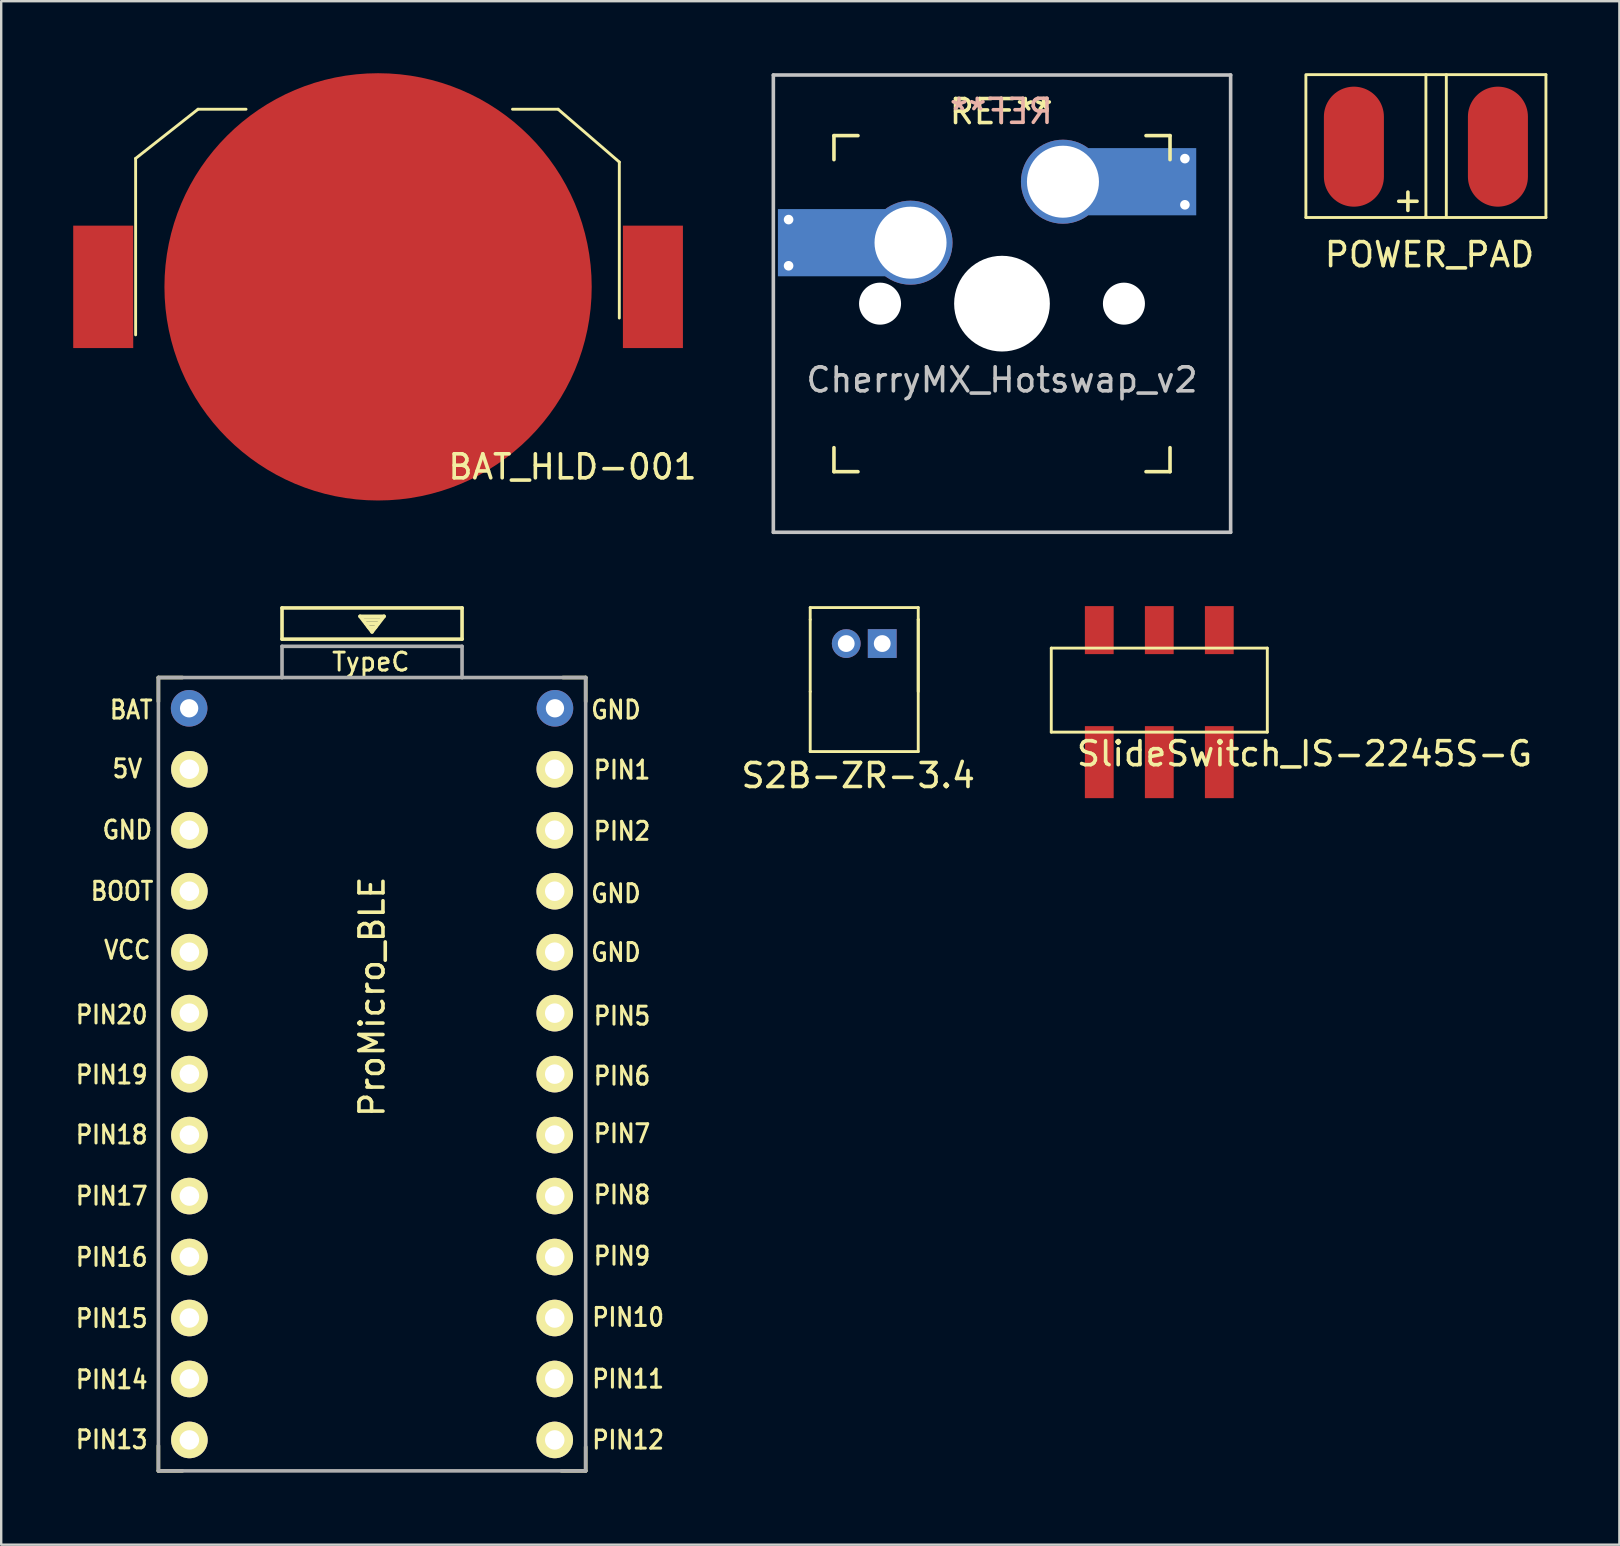
<source format=kicad_pcb>
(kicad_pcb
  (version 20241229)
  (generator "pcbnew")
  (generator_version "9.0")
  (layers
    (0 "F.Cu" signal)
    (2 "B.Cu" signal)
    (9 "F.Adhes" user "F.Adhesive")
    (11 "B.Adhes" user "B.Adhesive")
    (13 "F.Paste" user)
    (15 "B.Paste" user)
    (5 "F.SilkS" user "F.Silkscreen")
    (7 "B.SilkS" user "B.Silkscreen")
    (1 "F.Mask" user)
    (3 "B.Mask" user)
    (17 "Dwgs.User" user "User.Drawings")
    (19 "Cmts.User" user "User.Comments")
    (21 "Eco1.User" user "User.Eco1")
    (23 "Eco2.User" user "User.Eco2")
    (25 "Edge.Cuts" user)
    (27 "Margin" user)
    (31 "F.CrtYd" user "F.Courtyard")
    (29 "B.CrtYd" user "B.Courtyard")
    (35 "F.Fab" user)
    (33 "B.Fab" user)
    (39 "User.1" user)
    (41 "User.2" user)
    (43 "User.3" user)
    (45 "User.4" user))
  (footprint "ProMicro_BLE"
    (layer "F.Cu")
    (at 12.449 43.475)
    (property "Reference" "ProMicro_BLE" (at 0 -5 270) (layer "F.SilkS") (effects (font (size 1 1) (thickness 0.15))))
    (attr through_hole)
    (fp_line (start -8.9 -18.3) (end -8.9 -17.3) (stroke (width 0.15) (type solid)) (layer "F.SilkS"))
    (fp_line (start -8.9 -18.3) (end -7.9 -18.3) (stroke (width 0.15) (type solid)) (layer "F.SilkS"))
    (fp_line (start -8.9 13.7) (end -8.9 14.75) (stroke (width 0.15) (type solid)) (layer "F.SilkS"))
    (fp_line (start -8.9 14.75) (end -7.9 14.75) (stroke (width 0.15) (type solid)) (layer "F.SilkS"))
    (fp_line (start -3.75 -21.2) (end -3.75 -19.9) (stroke (width 0.15) (type solid)) (layer "F.SilkS"))
    (fp_line (start -3.75 -19.9) (end 3.75 -19.9) (stroke (width 0.15) (type solid)) (layer "F.SilkS"))
    (fp_line (start -0.5 -20.85) (end 0.5 -20.85) (stroke (width 0.15) (type solid)) (layer "F.SilkS"))
    (fp_line (start -0.35 -20.7) (end 0.35 -20.7) (stroke (width 0.15) (type solid)) (layer "F.SilkS"))
    (fp_line (start -0.25 -20.55) (end 0.25 -20.55) (stroke (width 0.15) (type solid)) (layer "F.SilkS"))
    (fp_line (start -0.15 -20.4) (end 0.15 -20.4) (stroke (width 0.15) (type solid)) (layer "F.SilkS"))
    (fp_line (start 0 -20.2) (end -0.5 -20.85) (stroke (width 0.15) (type solid)) (layer "F.SilkS"))
    (fp_line (start 0.5 -20.85) (end 0 -20.2) (stroke (width 0.15) (type solid)) (layer "F.SilkS"))
    (fp_line (start 3.75 -21.2) (end -3.75 -21.2) (stroke (width 0.15) (type solid)) (layer "F.SilkS"))
    (fp_line (start 3.75 -19.9) (end 3.75 -21.2) (stroke (width 0.15) (type solid)) (layer "F.SilkS"))
    (fp_line (start 8.9 -18.3) (end 7.95 -18.3) (stroke (width 0.15) (type solid)) (layer "F.SilkS"))
    (fp_line (start 8.9 -18.3) (end 8.9 -17.3) (stroke (width 0.15) (type solid)) (layer "F.SilkS"))
    (fp_line (start 8.9 13.75) (end 8.9 14.75) (stroke (width 0.15) (type solid)) (layer "F.SilkS"))
    (fp_line (start 8.9 14.75) (end 7.89 14.75) (stroke (width 0.15) (type solid)) (layer "F.SilkS"))
    (fp_line (start -8.9 -18.3) (end -3.75 -18.3) (stroke (width 0.15) (type solid)) (layer "F.Fab"))
    (fp_line (start -8.9 14.75) (end -8.9 -18.3) (stroke (width 0.15) (type solid)) (layer "F.Fab"))
    (fp_line (start -3.75 -19.6) (end -3.75 -18.299) (stroke (width 0.15) (type solid)) (layer "F.Fab"))
    (fp_line (start -3.75 -19.6) (end 3.75 -19.6) (stroke (width 0.15) (type solid)) (layer "F.Fab"))
    (fp_line (start -3.75 -18.3) (end 3.75 -18.3) (stroke (width 0.15) (type solid)) (layer "F.Fab"))
    (fp_line (start 3.75 -19.6) (end 3.75 -18.3) (stroke (width 0.15) (type solid)) (layer "F.Fab"))
    (fp_line (start 3.76 -18.3) (end 8.9 -18.3) (stroke (width 0.15) (type solid)) (layer "F.Fab"))
    (fp_line (start 8.9 -18.3) (end 8.9 14.75) (stroke (width 0.15) (type solid)) (layer "F.Fab"))
    (fp_line (start 8.9 14.75) (end -8.9 14.75) (stroke (width 0.15) (type solid)) (layer "F.Fab"))
    (fp_text user "GND" (at -10.195 -11.95 0) (unlocked yes) (layer "F.SilkS") (effects (font (size 0.75 0.67) (thickness 0.125))))
    (fp_text user "PIN13" (at -10.845 13.45 0) (unlocked yes) (layer "F.SilkS") (effects (font (size 0.75 0.67) (thickness 0.125))))
    (fp_text user "TypeC" (at -0.05 -18.95 0) (layer "F.SilkS") (effects (font (size 0.75 0.75) (thickness 0.12))))
    (fp_text user "PIN12" (at 10.668 13.462 0) (unlocked yes) (layer "F.SilkS") (effects (font (size 0.75 0.67) (thickness 0.125))))
    (fp_text user "PIN16" (at -10.845 5.85 0) (unlocked yes) (layer "F.SilkS") (effects (font (size 0.75 0.67) (thickness 0.125))))
    (fp_text user "GND" (at 10.16 -9.3 0) (unlocked yes) (layer "F.SilkS") (effects (font (size 0.75 0.67) (thickness 0.125))))
    (fp_text user "PIN6" (at 10.414 -1.7 0) (unlocked yes) (layer "F.SilkS") (effects (font (size 0.75 0.67) (thickness 0.125))))
    (fp_text user "PIN14" (at -10.845 10.95 0) (unlocked yes) (layer "F.SilkS") (effects (font (size 0.75 0.67) (thickness 0.125))))
    (fp_text user "PIN15" (at -10.845 8.4 0) (unlocked yes) (layer "F.SilkS") (effects (font (size 0.75 0.67) (thickness 0.125))))
    (fp_text user "PIN7" (at 10.414 0.7 0) (unlocked yes) (layer "F.SilkS") (effects (font (size 0.75 0.67) (thickness 0.125))))
    (fp_text user "PIN10" (at 10.668 8.35 0) (unlocked yes) (layer "F.SilkS") (effects (font (size 0.75 0.67) (thickness 0.125))))
    (fp_text user "PIN19" (at -10.845 -1.75 0) (unlocked yes) (layer "F.SilkS") (effects (font (size 0.75 0.67) (thickness 0.125))))
    (fp_text user "PIN11" (at 10.668 10.922 0) (unlocked yes) (layer "F.SilkS") (effects (font (size 0.75 0.67) (thickness 0.125))))
    (fp_text user "VCC" (at -10.195 -6.95 0) (unlocked yes) (layer "F.SilkS") (effects (font (size 0.75 0.67) (thickness 0.125))))
    (fp_text user "PIN5" (at 10.414 -4.2 0) (unlocked yes) (layer "F.SilkS") (effects (font (size 0.75 0.67) (thickness 0.125))))
    (fp_text user "BOOT" (at -10.414 -9.4 0) (unlocked yes) (layer "F.SilkS") (effects (font (size 0.75 0.67) (thickness 0.125))))
    (fp_text user "PIN8" (at 10.414 3.25 0) (unlocked yes) (layer "F.SilkS") (effects (font (size 0.75 0.67) (thickness 0.125))))
    (fp_text user "BAT" (at -10.033 -16.954 0) (layer "F.SilkS") (effects (font (size 0.75 0.67) (thickness 0.125))))
    (fp_text user "PIN17" (at -10.845 3.3 0) (unlocked yes) (layer "F.SilkS") (effects (font (size 0.75 0.67) (thickness 0.125))))
    (fp_text user "GND" (at 10.16 -6.85 0) (unlocked yes) (layer "F.SilkS") (effects (font (size 0.75 0.67) (thickness 0.125))))
    (fp_text user "" (at -0.545 -17.4 0) (layer "F.SilkS") (effects (font (size 1 1) (thickness 0.15))))
    (fp_text user "GND" (at 10.16 -16.954 0) (layer "F.SilkS") (effects (font (size 0.75 0.67) (thickness 0.125))))
    (fp_text user "PIN1" (at 10.414 -14.45 0) (unlocked yes) (layer "F.SilkS") (effects (font (size 0.75 0.67) (thickness 0.125))))
    (fp_text user "5V" (at -10.195 -14.5 0) (unlocked yes) (layer "F.SilkS") (effects (font (size 0.75 0.67) (thickness 0.125))))
    (fp_text user "PIN20" (at -10.845 -4.25 0) (unlocked yes) (layer "F.SilkS") (effects (font (size 0.75 0.67) (thickness 0.125))))
    (fp_text user "PIN18" (at -10.845 0.75 0) (unlocked yes) (layer "F.SilkS") (effects (font (size 0.75 0.67) (thickness 0.125))))
    (fp_text user "PIN2" (at 10.414 -11.9 0) (unlocked yes) (layer "F.SilkS") (effects (font (size 0.75 0.67) (thickness 0.125))))
    (fp_text user "PIN9" (at 10.414 5.8 0) (unlocked yes) (layer "F.SilkS") (effects (font (size 0.75 0.67) (thickness 0.125))))
    (fp_text user "" (at -1.252 -16.256 0) (layer "B.SilkS") (effects (font (size 1 1) (thickness 0.15)) (justify mirror)))
    (pad "1" thru_hole circle (at 7.62 -17.018) (size 1.524 1.524) (drill 0.762) (layers "*.Cu" "*.Mask"))
    (pad "2" thru_hole circle (at 7.611 -14.478) (size 1.524 1.524) (drill 0.813) (layers "*.Cu" "B.Mask" "F.SilkS"))
    (pad "3" thru_hole circle (at 7.611 -11.938) (size 1.524 1.524) (drill 0.813) (layers "*.Cu" "B.Mask" "F.SilkS"))
    (pad "4" thru_hole circle (at 7.611 -9.398) (size 1.524 1.524) (drill 0.813) (layers "*.Cu" "B.Mask" "F.SilkS"))
    (pad "5" thru_hole circle (at 7.611 -6.858) (size 1.524 1.524) (drill 0.813) (layers "*.Cu" "B.Mask" "F.SilkS"))
    (pad "6" thru_hole circle (at 7.611 -4.318) (size 1.524 1.524) (drill 0.813) (layers "*.Cu" "B.Mask" "F.SilkS"))
    (pad "7" thru_hole circle (at 7.611 -1.778) (size 1.524 1.524) (drill 0.813) (layers "*.Cu" "B.Mask" "F.SilkS"))
    (pad "8" thru_hole circle (at 7.611 0.762) (size 1.524 1.524) (drill 0.813) (layers "*.Cu" "B.Mask" "F.SilkS"))
    (pad "9" thru_hole circle (at 7.611 3.302) (size 1.524 1.524) (drill 0.813) (layers "*.Cu" "B.Mask" "F.SilkS"))
    (pad "10" thru_hole circle (at 7.611 5.842) (size 1.524 1.524) (drill 0.813) (layers "*.Cu" "B.Mask" "F.SilkS"))
    (pad "11" thru_hole circle (at 7.611 8.382) (size 1.524 1.524) (drill 0.813) (layers "*.Cu" "B.Mask" "F.SilkS"))
    (pad "12" thru_hole circle (at 7.611 10.922) (size 1.524 1.524) (drill 0.813) (layers "*.Cu" "B.Mask" "F.SilkS"))
    (pad "13" thru_hole circle (at 7.611 13.462) (size 1.524 1.524) (drill 0.813) (layers "*.Cu" "B.Mask" "F.SilkS"))
    (pad "14" thru_hole circle (at -7.609 13.462) (size 1.524 1.524) (drill 0.813) (layers "*.Cu" "B.Mask" "F.SilkS"))
    (pad "15" thru_hole circle (at -7.609 10.922) (size 1.524 1.524) (drill 0.813) (layers "*.Cu" "B.Mask" "F.SilkS"))
    (pad "16" thru_hole circle (at -7.609 8.382) (size 1.524 1.524) (drill 0.813) (layers "*.Cu" "B.Mask" "F.SilkS"))
    (pad "17" thru_hole circle (at -7.609 5.842) (size 1.524 1.524) (drill 0.813) (layers "*.Cu" "B.Mask" "F.SilkS"))
    (pad "18" thru_hole circle (at -7.609 3.302) (size 1.524 1.524) (drill 0.813) (layers "*.Cu" "B.Mask" "F.SilkS"))
    (pad "19" thru_hole circle (at -7.609 0.762) (size 1.524 1.524) (drill 0.813) (layers "*.Cu" "B.Mask" "F.SilkS"))
    (pad "20" thru_hole circle (at -7.609 -1.778) (size 1.524 1.524) (drill 0.813) (layers "*.Cu" "B.Mask" "F.SilkS"))
    (pad "21" thru_hole circle (at -7.609 -4.318) (size 1.524 1.524) (drill 0.813) (layers "*.Cu" "B.Mask" "F.SilkS"))
    (pad "22" thru_hole circle (at -7.609 -6.858) (size 1.524 1.524) (drill 0.813) (layers "*.Cu" "B.Mask" "F.SilkS"))
    (pad "23" thru_hole circle (at -7.609 -9.398) (size 1.524 1.524) (drill 0.813) (layers "*.Cu" "B.Mask" "F.SilkS"))
    (pad "24" thru_hole circle (at -7.609 -11.938) (size 1.524 1.524) (drill 0.813) (layers "*.Cu" "B.Mask" "F.SilkS"))
    (pad "25" thru_hole circle (at -7.609 -14.478) (size 1.524 1.524) (drill 0.813) (layers "*.Cu" "B.Mask" "F.SilkS"))
    (pad "26" thru_hole circle (at -7.62 -17.018) (size 1.524 1.524) (drill 0.762) (layers "*.Cu" "*.Mask")))
  (footprint "CherryMX_Hotswap_v2"
    (layer "F.Cu")
    (at 38.692 9.6)
    (property "Reference" "CherryMX_Hotswap_v2" (at 0 3.175 0) (layer "Dwgs.User") (effects (font (size 1 1) (thickness 0.15))))
    (attr through_hole)
    (fp_line (start -7 -7) (end -7 -6) (stroke (width 0.15) (type solid)) (layer "F.SilkS"))
    (fp_line (start -7 6) (end -7 7) (stroke (width 0.15) (type solid)) (layer "F.SilkS"))
    (fp_line (start -7 7) (end -6 7) (stroke (width 0.15) (type solid)) (layer "F.SilkS"))
    (fp_line (start -6 -7) (end -7 -7) (stroke (width 0.15) (type solid)) (layer "F.SilkS"))
    (fp_line (start 6 -7) (end 7 -7) (stroke (width 0.15) (type solid)) (layer "F.SilkS"))
    (fp_line (start 6 7) (end 7 7) (stroke (width 0.15) (type solid)) (layer "F.SilkS"))
    (fp_line (start 7 -7) (end 7 -6) (stroke (width 0.15) (type solid)) (layer "F.SilkS"))
    (fp_line (start 7 7) (end 7 6) (stroke (width 0.15) (type solid)) (layer "F.SilkS"))
    (fp_line (start -9.525 -9.525) (end 9.525 -9.525) (stroke (width 0.15) (type solid)) (layer "Dwgs.User"))
    (fp_line (start -9.525 9.525) (end -9.525 -9.525) (stroke (width 0.15) (type solid)) (layer "Dwgs.User"))
    (fp_line (start 9.525 -9.525) (end 9.525 9.525) (stroke (width 0.15) (type solid)) (layer "Dwgs.User"))
    (fp_line (start 9.525 9.525) (end -9.525 9.525) (stroke (width 0.15) (type solid)) (layer "Dwgs.User"))
    (fp_text user "REF**" (at -0.03 -8 0) (layer "F.SilkS") (effects (font (size 1 1) (thickness 0.15))))
    (fp_text user "REF**" (at -0.03 -8.01 0) (layer "B.SilkS") (effects (font (size 1 1) (thickness 0.15)) (justify mirror)))
    (pad "" smd rect (at -7.085 -2.54) (size 2.55 2.8) (layers "B.Mask" "B.Paste"))
    (pad "" np_thru_hole circle (at -5.08 0 48.1) (size 1.75 1.75) (drill 1.75) (layers "*.Cu" "*.Mask"))
    (pad "" np_thru_hole circle (at 0 0) (size 3.988 3.988) (drill 3.988) (layers "*.Cu" "*.Mask"))
    (pad "" np_thru_hole circle (at 5.08 0 48.1) (size 1.75 1.75) (drill 1.75) (layers "*.Cu" "*.Mask"))
    (pad "" smd rect (at 5.815 -5.08) (size 2.55 2.8) (layers "B.Mask" "B.Paste"))
    (pad "1" thru_hole circle (at -8.89 -3.502) (size 0.8 0.8) (drill 0.4) (layers "*.Cu"))
    (pad "1" thru_hole circle (at -8.89 -1.578) (size 0.8 0.8) (drill 0.4) (layers "*.Cu"))
    (pad "1" smd rect (at -7.085 -2.54) (size 4.5 2.8) (layers "B.Cu"))
    (pad "1" thru_hole circle (at -3.81 -2.54) (size 3.5 3.5) (drill 3) (layers "*.Cu"))
    (pad "2" thru_hole circle (at 2.54 -5.08) (size 3.5 3.5) (drill 3) (layers "*.Cu"))
    (pad "2" smd rect (at 5.842 -5.08) (size 4.5 2.8) (layers "B.Cu"))
    (pad "2" thru_hole circle (at 7.62 -6.042) (size 0.8 0.8) (drill 0.4) (layers "*.Cu"))
    (pad "2" thru_hole circle (at 7.62 -4.118) (size 0.8 0.8) (drill 0.4) (layers "*.Cu")))
  (footprint "SlideSwitch_IS-2245S-G"
    (layer "F.Cu")
    (at 45.245 25.7)
    (property "Reference" "SlideSwitch_IS-2245S-G" (at 6.05 2.65 0) (layer "F.SilkS") (effects (font (size 1 1) (thickness 0.15))))
    (attr through_hole)
    (fp_line (start -4.5 -1.75) (end 4.5 -1.75) (stroke (width 0.12) (type solid)) (layer "F.SilkS"))
    (fp_line (start -4.5 1.75) (end -4.5 -1.75) (stroke (width 0.12) (type solid)) (layer "F.SilkS"))
    (fp_line (start 4.5 -1.75) (end 4.5 1.75) (stroke (width 0.12) (type solid)) (layer "F.SilkS"))
    (fp_line (start 4.5 1.75) (end -4.5 1.75) (stroke (width 0.12) (type solid)) (layer "F.SilkS"))
    (pad "1" smd rect (at -2.5 -2.5) (size 1.2 2) (layers "F.Cu" "F.Mask" "F.Paste"))
    (pad "1" smd rect (at -2.5 3) (size 1.2 3) (layers "F.Cu" "F.Mask" "F.Paste"))
    (pad "2" smd rect (at 0 -2.5) (size 1.2 2) (layers "F.Cu" "F.Mask" "F.Paste"))
    (pad "2" smd rect (at 0 3) (size 1.2 3) (layers "F.Cu" "F.Mask" "F.Paste"))
    (pad "3" smd rect (at 2.5 -2.5) (size 1.2 2) (layers "F.Cu" "F.Mask" "F.Paste"))
    (pad "3" smd rect (at 2.5 3) (size 1.2 3) (layers "F.Cu" "F.Mask" "F.Paste")))
  (footprint "S2B-ZR-3.4"
    (layer "F.Cu")
    (at 32.203 23.76)
    (property "Reference" "S2B-ZR-3.4" (at 0.5 5.5 0) (layer "F.SilkS") (effects (font (size 1 1) (thickness 0.15))))
    (attr through_hole)
    (fp_line (start -1.5 -1.5) (end 3 -1.5) (stroke (width 0.12) (type solid)) (layer "F.SilkS"))
    (fp_line (start -1.5 -1) (end -1.5 -1.5) (stroke (width 0.12) (type solid)) (layer "F.SilkS"))
    (fp_line (start -1.5 2) (end -1.5 -1) (stroke (width 0.12) (type solid)) (layer "F.SilkS"))
    (fp_line (start -1.5 4.5) (end -1.5 2) (stroke (width 0.12) (type solid)) (layer "F.SilkS"))
    (fp_line (start 3 -1.5) (end 3 -1) (stroke (width 0.12) (type solid)) (layer "F.SilkS"))
    (fp_line (start 3 -1) (end 3 2) (stroke (width 0.12) (type solid)) (layer "F.SilkS"))
    (fp_line (start 3 -1) (end 3 4.5) (stroke (width 0.12) (type solid)) (layer "F.SilkS"))
    (fp_line (start 3 4.5) (end -1.5 4.5) (stroke (width 0.12) (type solid)) (layer "F.SilkS"))
    (pad "1" thru_hole rect (at 1.5 0) (size 1.2 1.2) (drill 0.7) (layers "*.Cu" "*.Mask"))
    (pad "2" thru_hole circle (at 0 0) (size 1.2 1.2) (drill 0.7) (layers "*.Cu" "*.Mask")))
  (footprint "POWER_PAD"
    (layer "F.Cu")
    (at 56.352 3.06)
    (property "Reference" "POWER_PAD" (at 0.15 4.5 0) (layer "F.SilkS") (effects (font (size 1 1) (thickness 0.15))))
    (attr through_hole)
    (fp_line (start -5 -2.95) (end -5 2.95) (stroke (width 0.12) (type solid)) (layer "F.SilkS"))
    (fp_line (start -5 2.95) (end 5 2.95) (stroke (width 0.12) (type solid)) (layer "F.SilkS"))
    (fp_line (start 0 -3) (end 0 2.95) (stroke (width 0.12) (type solid)) (layer "F.SilkS"))
    (fp_line (start 0 2.95) (end 0 2.9) (stroke (width 0.12) (type solid)) (layer "F.SilkS"))
    (fp_line (start 0.85 -3) (end 0.85 2.95) (stroke (width 0.12) (type solid)) (layer "F.SilkS"))
    (fp_line (start 5 -3) (end -5 -3) (stroke (width 0.12) (type solid)) (layer "F.SilkS"))
    (fp_line (start 5 2.95) (end 5 -3) (stroke (width 0.12) (type solid)) (layer "F.SilkS"))
    (fp_text user "+" (at -0.75 2.2 0) (layer "F.SilkS") (effects (font (size 1 1) (thickness 0.15))))
    (pad "1" smd oval (at -3 0) (size 2.5 5) (layers "F.Cu" "F.Mask" "F.Paste"))
    (pad "2" smd oval (at 3 0) (size 2.5 5) (layers "F.Cu" "F.Mask" "F.Paste")))
  (footprint "BAT_HLD-001"
    (layer "F.Cu")
    (at 12.7 8.9)
    (property "Reference" "BAT_HLD-001" (at 8.1 7.5 0) (layer "F.SilkS") (effects (font (size 1 1) (thickness 0.15))))
    (attr through_hole)
    (fp_line (start -10.1 -5.35) (end -10.1 2) (stroke (width 0.12) (type solid)) (layer "F.SilkS"))
    (fp_line (start -7.5 -7.4) (end -10.1 -5.35) (stroke (width 0.12) (type solid)) (layer "F.SilkS"))
    (fp_line (start -7.5 -7.4) (end -5.5 -7.4) (stroke (width 0.12) (type solid)) (layer "F.SilkS"))
    (fp_line (start 7.5 -7.4) (end 5.6 -7.4) (stroke (width 0.12) (type solid)) (layer "F.SilkS"))
    (fp_line (start 7.5 -7.4) (end 10.05 -5.2) (stroke (width 0.12) (type solid)) (layer "F.SilkS"))
    (fp_line (start 10.05 -5.2) (end 10.05 1.3) (stroke (width 0.12) (type solid)) (layer "F.SilkS"))
    (pad "1" smd rect (at -11.45 0) (size 2.5 5.1) (layers "F.Cu" "F.Mask" "F.Paste"))
    (pad "1" smd rect (at 11.45 0) (size 2.5 5.1) (layers "F.Cu" "F.Mask" "F.Paste"))
    (pad "2" smd circle (at 0 0) (size 17.8 17.8) (layers "F.Cu" "F.Mask" "F.Paste")))
  (gr_rect
    (start -3 -3)
    (end 64.412 61.3)
    (stroke (width 0.1) (type default))
    (fill no)
    (layer "Edge.Cuts")))
</source>
